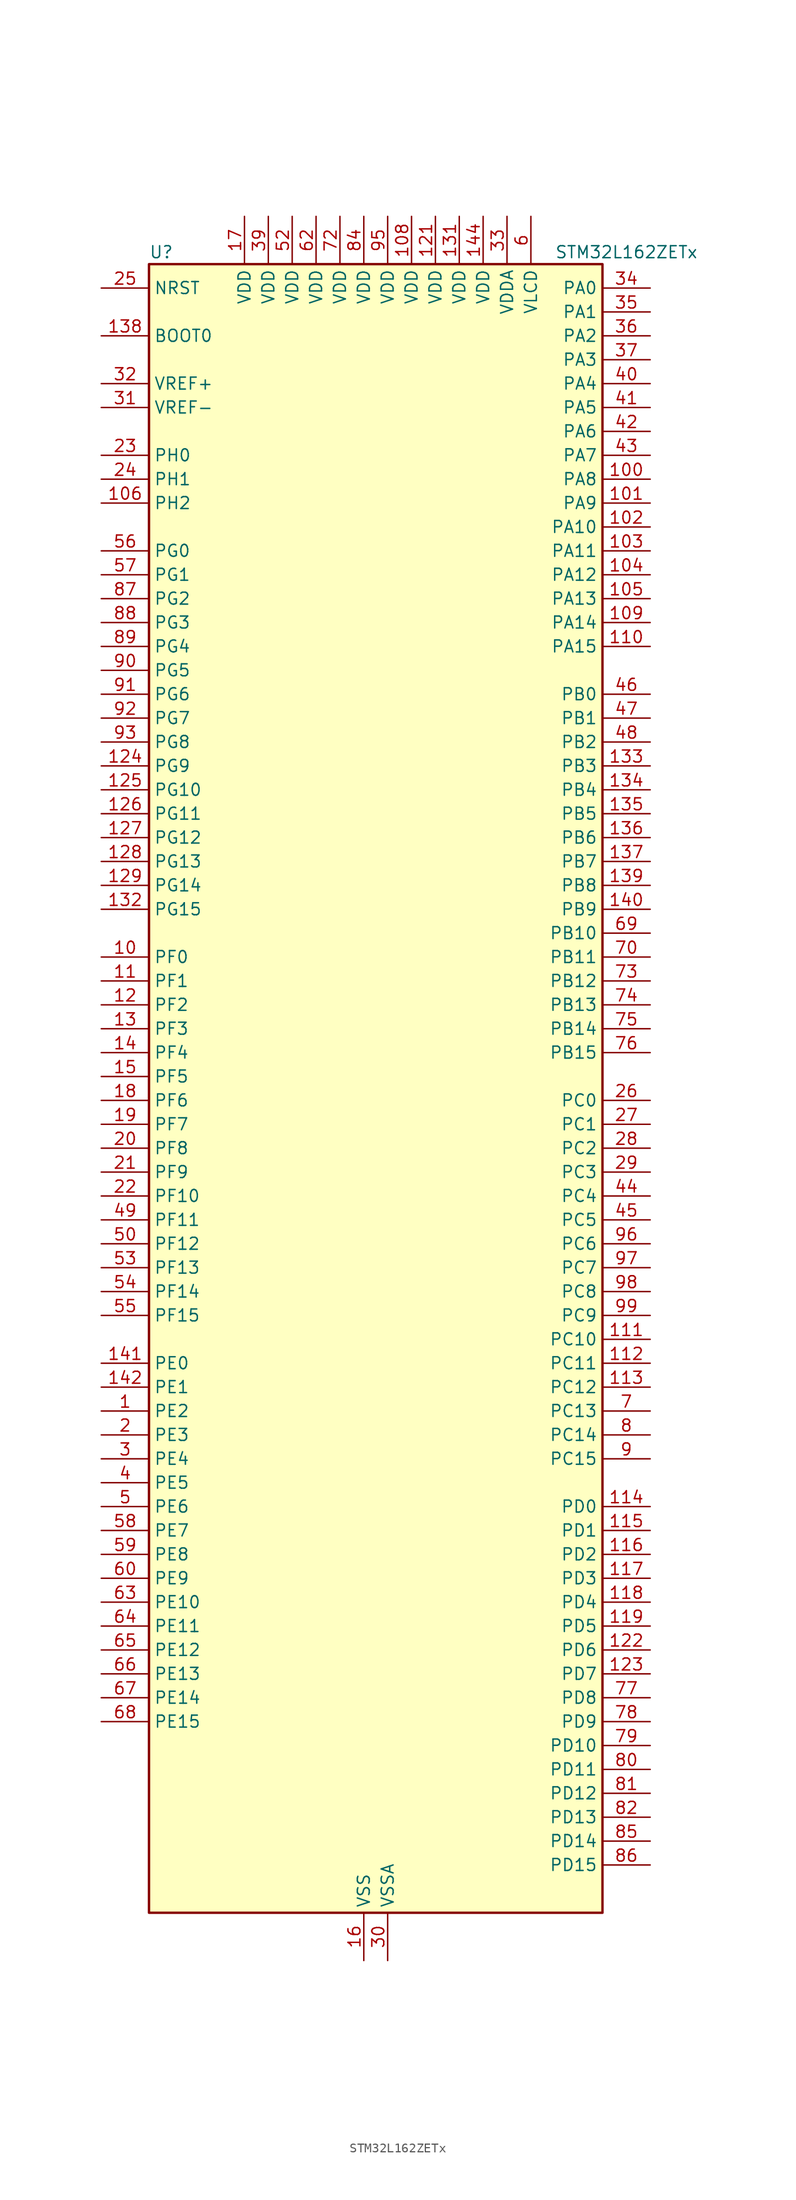
<source format=kicad_sym>
(kicad_symbol_lib
  (version 20231120)
  (generator "kicad-library-utils")
  (generator_version "8.0")
  (symbol "STM32L162ZETx"
    (property "Reference" "U"
      (at -22.86 90.17 0)
      (effects (font (size 1.27 1.27)) (justify left)))
    (property "Value" "STM32L162ZETx"
      (at 20.32 90.17 0)
      (effects (font (size 1.27 1.27)) (justify left)))
    (symbol "STM32L162ZETx_0_1"
      (rectangle (start -22.86 -86.36) (end 25.4 88.9) (stroke (width 0.254) (type default)) (fill (type background))))
    (symbol "STM32L162ZETx_1_1"
      (pin bidirectional line (at -27.94 -33.02 0) (length 5.08) (name "PE2" (effects (font (size 1.27 1.27)))) (number "1" (effects (font (size 1.27 1.27)))) (alternate "LCD_SEG38" bidirectional line) (alternate "SYS_TRACECK" bidirectional line) (alternate "TIM3_ETR" bidirectional line) (alternate "TIMX_IC3" bidirectional line))
      (pin bidirectional line (at -27.94 15.24 0) (length 5.08) (name "PF0" (effects (font (size 1.27 1.27)))) (number "10" (effects (font (size 1.27 1.27)))))
      (pin bidirectional line (at 30.48 66.04 180) (length 5.08) (name "PA8" (effects (font (size 1.27 1.27)))) (number "100" (effects (font (size 1.27 1.27)))) (alternate "LCD_COM0" bidirectional line) (alternate "RCC_MCO" bidirectional line) (alternate "TIMX_IC1" bidirectional line) (alternate "TS_G4_IO1" bidirectional line) (alternate "USART1_CK" bidirectional line))
      (pin bidirectional line (at 30.48 63.5 180) (length 5.08) (name "PA9" (effects (font (size 1.27 1.27)))) (number "101" (effects (font (size 1.27 1.27)))) (alternate "DAC_EXTI9" bidirectional line) (alternate "LCD_COM1" bidirectional line) (alternate "TIMX_IC2" bidirectional line) (alternate "TS_G4_IO2" bidirectional line) (alternate "USART1_TX" bidirectional line))
      (pin bidirectional line (at 30.48 60.96 180) (length 5.08) (name "PA10" (effects (font (size 1.27 1.27)))) (number "102" (effects (font (size 1.27 1.27)))) (alternate "LCD_COM2" bidirectional line) (alternate "TIMX_IC3" bidirectional line) (alternate "TS_G4_IO3" bidirectional line) (alternate "USART1_RX" bidirectional line))
      (pin bidirectional line (at 30.48 58.42 180) (length 5.08) (name "PA11" (effects (font (size 1.27 1.27)))) (number "103" (effects (font (size 1.27 1.27)))) (alternate "ADC_EXTI11" bidirectional line) (alternate "SPI1_MISO" bidirectional line) (alternate "TIMX_IC4" bidirectional line) (alternate "USART1_CTS" bidirectional line) (alternate "USB_DM" bidirectional line))
      (pin bidirectional line (at 30.48 55.88 180) (length 5.08) (name "PA12" (effects (font (size 1.27 1.27)))) (number "104" (effects (font (size 1.27 1.27)))) (alternate "SPI1_MOSI" bidirectional line) (alternate "TIMX_IC1" bidirectional line) (alternate "USART1_RTS" bidirectional line) (alternate "USB_DP" bidirectional line))
      (pin bidirectional line (at 30.48 53.34 180) (length 5.08) (name "PA13" (effects (font (size 1.27 1.27)))) (number "105" (effects (font (size 1.27 1.27)))) (alternate "SYS_JTMS-SWDIO" bidirectional line) (alternate "TIMX_IC2" bidirectional line) (alternate "TS_G5_IO1" bidirectional line))
      (pin bidirectional line (at -27.94 63.5 0) (length 5.08) (name "PH2" (effects (font (size 1.27 1.27)))) (number "106" (effects (font (size 1.27 1.27)))))
      (pin passive line (at 0 -91.44 90) (length 5.08) hide (name "VSS" (effects (font (size 1.27 1.27)))) (number "107" (effects (font (size 1.27 1.27)))))
      (pin power_in line (at 5.08 93.98 270) (length 5.08) (name "VDD" (effects (font (size 1.27 1.27)))) (number "108" (effects (font (size 1.27 1.27)))))
      (pin bidirectional line (at 30.48 50.8 180) (length 5.08) (name "PA14" (effects (font (size 1.27 1.27)))) (number "109" (effects (font (size 1.27 1.27)))) (alternate "SYS_JTCK-SWCLK" bidirectional line) (alternate "TIMX_IC3" bidirectional line) (alternate "TS_G5_IO2" bidirectional line))
      (pin bidirectional line (at -27.94 12.7 0) (length 5.08) (name "PF1" (effects (font (size 1.27 1.27)))) (number "11" (effects (font (size 1.27 1.27)))))
      (pin bidirectional line (at 30.48 48.26 180) (length 5.08) (name "PA15" (effects (font (size 1.27 1.27)))) (number "110" (effects (font (size 1.27 1.27)))) (alternate "ADC_EXTI15" bidirectional line) (alternate "I2S3_WS" bidirectional line) (alternate "LCD_SEG17" bidirectional line) (alternate "SPI1_NSS" bidirectional line) (alternate "SPI3_NSS" bidirectional line) (alternate "SYS_JTDI" bidirectional line) (alternate "TIM2_CH1" bidirectional line) (alternate "TIM2_ETR" bidirectional line) (alternate "TIMX_IC4" bidirectional line) (alternate "TS_G5_IO3" bidirectional line))
      (pin bidirectional line (at 30.48 -25.4 180) (length 5.08) (name "PC10" (effects (font (size 1.27 1.27)))) (number "111" (effects (font (size 1.27 1.27)))) (alternate "I2S3_CK" bidirectional line) (alternate "LCD_COM4" bidirectional line) (alternate "LCD_SEG28" bidirectional line) (alternate "LCD_SEG40" bidirectional line) (alternate "SPI3_SCK" bidirectional line) (alternate "TIMX_IC3" bidirectional line) (alternate "UART4_TX" bidirectional line) (alternate "USART3_TX" bidirectional line))
      (pin bidirectional line (at 30.48 -27.94 180) (length 5.08) (name "PC11" (effects (font (size 1.27 1.27)))) (number "112" (effects (font (size 1.27 1.27)))) (alternate "ADC_EXTI11" bidirectional line) (alternate "LCD_COM5" bidirectional line) (alternate "LCD_SEG29" bidirectional line) (alternate "LCD_SEG41" bidirectional line) (alternate "SPI3_MISO" bidirectional line) (alternate "TIMX_IC4" bidirectional line) (alternate "UART4_RX" bidirectional line) (alternate "USART3_RX" bidirectional line))
      (pin bidirectional line (at 30.48 -30.48 180) (length 5.08) (name "PC12" (effects (font (size 1.27 1.27)))) (number "113" (effects (font (size 1.27 1.27)))) (alternate "I2S3_SD" bidirectional line) (alternate "LCD_COM6" bidirectional line) (alternate "LCD_SEG30" bidirectional line) (alternate "LCD_SEG42" bidirectional line) (alternate "SPI3_MOSI" bidirectional line) (alternate "TIMX_IC1" bidirectional line) (alternate "UART5_TX" bidirectional line) (alternate "USART3_CK" bidirectional line))
      (pin bidirectional line (at 30.48 -43.18 180) (length 5.08) (name "PD0" (effects (font (size 1.27 1.27)))) (number "114" (effects (font (size 1.27 1.27)))) (alternate "I2S2_WS" bidirectional line) (alternate "SPI2_NSS" bidirectional line) (alternate "TIM9_CH1" bidirectional line) (alternate "TIMX_IC1" bidirectional line))
      (pin bidirectional line (at 30.48 -45.72 180) (length 5.08) (name "PD1" (effects (font (size 1.27 1.27)))) (number "115" (effects (font (size 1.27 1.27)))) (alternate "I2S2_CK" bidirectional line) (alternate "SPI2_SCK" bidirectional line) (alternate "TIMX_IC2" bidirectional line))
      (pin bidirectional line (at 30.48 -48.26 180) (length 5.08) (name "PD2" (effects (font (size 1.27 1.27)))) (number "116" (effects (font (size 1.27 1.27)))) (alternate "LCD_COM7" bidirectional line) (alternate "LCD_SEG31" bidirectional line) (alternate "LCD_SEG43" bidirectional line) (alternate "TIM3_ETR" bidirectional line) (alternate "TIMX_IC3" bidirectional line) (alternate "UART5_RX" bidirectional line))
      (pin bidirectional line (at 30.48 -50.8 180) (length 5.08) (name "PD3" (effects (font (size 1.27 1.27)))) (number "117" (effects (font (size 1.27 1.27)))) (alternate "SPI2_MISO" bidirectional line) (alternate "TIMX_IC4" bidirectional line) (alternate "USART2_CTS" bidirectional line))
      (pin bidirectional line (at 30.48 -53.34 180) (length 5.08) (name "PD4" (effects (font (size 1.27 1.27)))) (number "118" (effects (font (size 1.27 1.27)))) (alternate "I2S2_SD" bidirectional line) (alternate "SPI2_MOSI" bidirectional line) (alternate "TIMX_IC1" bidirectional line) (alternate "USART2_RTS" bidirectional line))
      (pin bidirectional line (at 30.48 -55.88 180) (length 5.08) (name "PD5" (effects (font (size 1.27 1.27)))) (number "119" (effects (font (size 1.27 1.27)))) (alternate "TIMX_IC2" bidirectional line) (alternate "USART2_TX" bidirectional line))
      (pin bidirectional line (at -27.94 10.16 0) (length 5.08) (name "PF2" (effects (font (size 1.27 1.27)))) (number "12" (effects (font (size 1.27 1.27)))))
      (pin passive line (at 0 -91.44 90) (length 5.08) hide (name "VSS" (effects (font (size 1.27 1.27)))) (number "120" (effects (font (size 1.27 1.27)))))
      (pin power_in line (at 7.62 93.98 270) (length 5.08) (name "VDD" (effects (font (size 1.27 1.27)))) (number "121" (effects (font (size 1.27 1.27)))))
      (pin bidirectional line (at 30.48 -58.42 180) (length 5.08) (name "PD6" (effects (font (size 1.27 1.27)))) (number "122" (effects (font (size 1.27 1.27)))) (alternate "TIMX_IC3" bidirectional line) (alternate "USART2_RX" bidirectional line))
      (pin bidirectional line (at 30.48 -60.96 180) (length 5.08) (name "PD7" (effects (font (size 1.27 1.27)))) (number "123" (effects (font (size 1.27 1.27)))) (alternate "TIM9_CH2" bidirectional line) (alternate "TIMX_IC4" bidirectional line) (alternate "USART2_CK" bidirectional line))
      (pin bidirectional line (at -27.94 35.56 0) (length 5.08) (name "PG9" (effects (font (size 1.27 1.27)))) (number "124" (effects (font (size 1.27 1.27)))) (alternate "DAC_EXTI9" bidirectional line))
      (pin bidirectional line (at -27.94 33.02 0) (length 5.08) (name "PG10" (effects (font (size 1.27 1.27)))) (number "125" (effects (font (size 1.27 1.27)))))
      (pin bidirectional line (at -27.94 30.48 0) (length 5.08) (name "PG11" (effects (font (size 1.27 1.27)))) (number "126" (effects (font (size 1.27 1.27)))) (alternate "ADC_EXTI11" bidirectional line))
      (pin bidirectional line (at -27.94 27.94 0) (length 5.08) (name "PG12" (effects (font (size 1.27 1.27)))) (number "127" (effects (font (size 1.27 1.27)))))
      (pin bidirectional line (at -27.94 25.4 0) (length 5.08) (name "PG13" (effects (font (size 1.27 1.27)))) (number "128" (effects (font (size 1.27 1.27)))))
      (pin bidirectional line (at -27.94 22.86 0) (length 5.08) (name "PG14" (effects (font (size 1.27 1.27)))) (number "129" (effects (font (size 1.27 1.27)))))
      (pin bidirectional line (at -27.94 7.62 0) (length 5.08) (name "PF3" (effects (font (size 1.27 1.27)))) (number "13" (effects (font (size 1.27 1.27)))))
      (pin passive line (at 0 -91.44 90) (length 5.08) hide (name "VSS" (effects (font (size 1.27 1.27)))) (number "130" (effects (font (size 1.27 1.27)))))
      (pin power_in line (at 10.16 93.98 270) (length 5.08) (name "VDD" (effects (font (size 1.27 1.27)))) (number "131" (effects (font (size 1.27 1.27)))))
      (pin bidirectional line (at -27.94 20.32 0) (length 5.08) (name "PG15" (effects (font (size 1.27 1.27)))) (number "132" (effects (font (size 1.27 1.27)))) (alternate "ADC_EXTI15" bidirectional line))
      (pin bidirectional line (at 30.48 35.56 180) (length 5.08) (name "PB3" (effects (font (size 1.27 1.27)))) (number "133" (effects (font (size 1.27 1.27)))) (alternate "COMP2_INM" bidirectional line) (alternate "I2S3_CK" bidirectional line) (alternate "LCD_SEG7" bidirectional line) (alternate "SPI1_SCK" bidirectional line) (alternate "SPI3_SCK" bidirectional line) (alternate "SYS_JTDO-TRACESWO" bidirectional line) (alternate "TIM2_CH2" bidirectional line))
      (pin bidirectional line (at 30.48 33.02 180) (length 5.08) (name "PB4" (effects (font (size 1.27 1.27)))) (number "134" (effects (font (size 1.27 1.27)))) (alternate "COMP2_INP" bidirectional line) (alternate "LCD_SEG8" bidirectional line) (alternate "SPI1_MISO" bidirectional line) (alternate "SPI3_MISO" bidirectional line) (alternate "SYS_JTRST" bidirectional line) (alternate "TIM3_CH1" bidirectional line) (alternate "TS_G6_IO1" bidirectional line))
      (pin bidirectional line (at 30.48 30.48 180) (length 5.08) (name "PB5" (effects (font (size 1.27 1.27)))) (number "135" (effects (font (size 1.27 1.27)))) (alternate "COMP2_INP" bidirectional line) (alternate "I2C1_SMBA" bidirectional line) (alternate "I2S3_SD" bidirectional line) (alternate "LCD_SEG9" bidirectional line) (alternate "SPI1_MOSI" bidirectional line) (alternate "SPI3_MOSI" bidirectional line) (alternate "TIM3_CH2" bidirectional line) (alternate "TS_G6_IO2" bidirectional line))
      (pin bidirectional line (at 30.48 27.94 180) (length 5.08) (name "PB6" (effects (font (size 1.27 1.27)))) (number "136" (effects (font (size 1.27 1.27)))) (alternate "COMP2_INP" bidirectional line) (alternate "I2C1_SCL" bidirectional line) (alternate "TIM4_CH1" bidirectional line) (alternate "TS_G6_IO3" bidirectional line) (alternate "USART1_TX" bidirectional line))
      (pin bidirectional line (at 30.48 25.4 180) (length 5.08) (name "PB7" (effects (font (size 1.27 1.27)))) (number "137" (effects (font (size 1.27 1.27)))) (alternate "COMP2_INP" bidirectional line) (alternate "I2C1_SDA" bidirectional line) (alternate "SYS_PVD_IN" bidirectional line) (alternate "TIM4_CH2" bidirectional line) (alternate "TS_G6_IO4" bidirectional line) (alternate "USART1_RX" bidirectional line))
      (pin input line (at -27.94 81.28 0) (length 5.08) (name "BOOT0" (effects (font (size 1.27 1.27)))) (number "138" (effects (font (size 1.27 1.27)))))
      (pin bidirectional line (at 30.48 22.86 180) (length 5.08) (name "PB8" (effects (font (size 1.27 1.27)))) (number "139" (effects (font (size 1.27 1.27)))) (alternate "I2C1_SCL" bidirectional line) (alternate "LCD_SEG16" bidirectional line) (alternate "TIM10_CH1" bidirectional line) (alternate "TIM4_CH3" bidirectional line))
      (pin bidirectional line (at -27.94 5.08 0) (length 5.08) (name "PF4" (effects (font (size 1.27 1.27)))) (number "14" (effects (font (size 1.27 1.27)))))
      (pin bidirectional line (at 30.48 20.32 180) (length 5.08) (name "PB9" (effects (font (size 1.27 1.27)))) (number "140" (effects (font (size 1.27 1.27)))) (alternate "DAC_EXTI9" bidirectional line) (alternate "I2C1_SDA" bidirectional line) (alternate "LCD_COM3" bidirectional line) (alternate "TIM11_CH1" bidirectional line) (alternate "TIM4_CH4" bidirectional line))
      (pin bidirectional line (at -27.94 -27.94 0) (length 5.08) (name "PE0" (effects (font (size 1.27 1.27)))) (number "141" (effects (font (size 1.27 1.27)))) (alternate "LCD_SEG36" bidirectional line) (alternate "TIM10_CH1" bidirectional line) (alternate "TIM4_ETR" bidirectional line) (alternate "TIMX_IC1" bidirectional line))
      (pin bidirectional line (at -27.94 -30.48 0) (length 5.08) (name "PE1" (effects (font (size 1.27 1.27)))) (number "142" (effects (font (size 1.27 1.27)))) (alternate "LCD_SEG37" bidirectional line) (alternate "TIM11_CH1" bidirectional line) (alternate "TIMX_IC2" bidirectional line))
      (pin passive line (at 0 -91.44 90) (length 5.08) hide (name "VSS" (effects (font (size 1.27 1.27)))) (number "143" (effects (font (size 1.27 1.27)))))
      (pin power_in line (at 12.7 93.98 270) (length 5.08) (name "VDD" (effects (font (size 1.27 1.27)))) (number "144" (effects (font (size 1.27 1.27)))))
      (pin bidirectional line (at -27.94 2.54 0) (length 5.08) (name "PF5" (effects (font (size 1.27 1.27)))) (number "15" (effects (font (size 1.27 1.27)))))
      (pin power_in line (at 0 -91.44 90) (length 5.08) (name "VSS" (effects (font (size 1.27 1.27)))) (number "16" (effects (font (size 1.27 1.27)))))
      (pin power_in line (at -12.7 93.98 270) (length 5.08) (name "VDD" (effects (font (size 1.27 1.27)))) (number "17" (effects (font (size 1.27 1.27)))))
      (pin bidirectional line (at -27.94 0 0) (length 5.08) (name "PF6" (effects (font (size 1.27 1.27)))) (number "18" (effects (font (size 1.27 1.27)))) (alternate "ADC_IN27" bidirectional line) (alternate "TIM5_CH1" bidirectional line) (alternate "TIM5_ETR" bidirectional line) (alternate "TS_G11_IO1" bidirectional line))
      (pin bidirectional line (at -27.94 -2.54 0) (length 5.08) (name "PF7" (effects (font (size 1.27 1.27)))) (number "19" (effects (font (size 1.27 1.27)))) (alternate "ADC_IN28" bidirectional line) (alternate "COMP1_INP" bidirectional line) (alternate "TIM5_CH2" bidirectional line) (alternate "TS_G11_IO2" bidirectional line))
      (pin bidirectional line (at -27.94 -35.56 0) (length 5.08) (name "PE3" (effects (font (size 1.27 1.27)))) (number "2" (effects (font (size 1.27 1.27)))) (alternate "LCD_SEG39" bidirectional line) (alternate "SYS_TRACED0" bidirectional line) (alternate "TIM3_CH1" bidirectional line) (alternate "TIMX_IC4" bidirectional line))
      (pin bidirectional line (at -27.94 -5.08 0) (length 5.08) (name "PF8" (effects (font (size 1.27 1.27)))) (number "20" (effects (font (size 1.27 1.27)))) (alternate "ADC_IN29" bidirectional line) (alternate "COMP1_INP" bidirectional line) (alternate "TIM5_CH3" bidirectional line) (alternate "TS_G11_IO3" bidirectional line))
      (pin bidirectional line (at -27.94 -7.62 0) (length 5.08) (name "PF9" (effects (font (size 1.27 1.27)))) (number "21" (effects (font (size 1.27 1.27)))) (alternate "ADC_IN30" bidirectional line) (alternate "COMP1_INP" bidirectional line) (alternate "DAC_EXTI9" bidirectional line) (alternate "TIM5_CH4" bidirectional line) (alternate "TS_G11_IO4" bidirectional line))
      (pin bidirectional line (at -27.94 -10.16 0) (length 5.08) (name "PF10" (effects (font (size 1.27 1.27)))) (number "22" (effects (font (size 1.27 1.27)))) (alternate "ADC_IN31" bidirectional line) (alternate "COMP1_INP" bidirectional line) (alternate "TS_G11_IO5" bidirectional line))
      (pin bidirectional line (at -27.94 68.58 0) (length 5.08) (name "PH0" (effects (font (size 1.27 1.27)))) (number "23" (effects (font (size 1.27 1.27)))) (alternate "RCC_OSC_IN" bidirectional line))
      (pin bidirectional line (at -27.94 66.04 0) (length 5.08) (name "PH1" (effects (font (size 1.27 1.27)))) (number "24" (effects (font (size 1.27 1.27)))) (alternate "RCC_OSC_OUT" bidirectional line))
      (pin input line (at -27.94 86.36 0) (length 5.08) (name "NRST" (effects (font (size 1.27 1.27)))) (number "25" (effects (font (size 1.27 1.27)))))
      (pin bidirectional line (at 30.48 0 180) (length 5.08) (name "PC0" (effects (font (size 1.27 1.27)))) (number "26" (effects (font (size 1.27 1.27)))) (alternate "ADC_IN10" bidirectional line) (alternate "COMP1_INP" bidirectional line) (alternate "LCD_SEG18" bidirectional line) (alternate "TIMX_IC1" bidirectional line) (alternate "TS_G8_IO1" bidirectional line))
      (pin bidirectional line (at 30.48 -2.54 180) (length 5.08) (name "PC1" (effects (font (size 1.27 1.27)))) (number "27" (effects (font (size 1.27 1.27)))) (alternate "ADC_IN11" bidirectional line) (alternate "COMP1_INP" bidirectional line) (alternate "LCD_SEG19" bidirectional line) (alternate "TIMX_IC2" bidirectional line) (alternate "TS_G8_IO2" bidirectional line))
      (pin bidirectional line (at 30.48 -5.08 180) (length 5.08) (name "PC2" (effects (font (size 1.27 1.27)))) (number "28" (effects (font (size 1.27 1.27)))) (alternate "ADC_IN12" bidirectional line) (alternate "COMP1_INP" bidirectional line) (alternate "LCD_SEG20" bidirectional line) (alternate "TIMX_IC3" bidirectional line) (alternate "TS_G8_IO3" bidirectional line))
      (pin bidirectional line (at 30.48 -7.62 180) (length 5.08) (name "PC3" (effects (font (size 1.27 1.27)))) (number "29" (effects (font (size 1.27 1.27)))) (alternate "ADC_IN13" bidirectional line) (alternate "COMP1_INP" bidirectional line) (alternate "LCD_SEG21" bidirectional line) (alternate "TIMX_IC4" bidirectional line) (alternate "TS_G8_IO4" bidirectional line))
      (pin bidirectional line (at -27.94 -38.1 0) (length 5.08) (name "PE4" (effects (font (size 1.27 1.27)))) (number "3" (effects (font (size 1.27 1.27)))) (alternate "SYS_TRACED1" bidirectional line) (alternate "TIM3_CH2" bidirectional line) (alternate "TIMX_IC1" bidirectional line))
      (pin power_in line (at 2.54 -91.44 90) (length 5.08) (name "VSSA" (effects (font (size 1.27 1.27)))) (number "30" (effects (font (size 1.27 1.27)))))
      (pin input line (at -27.94 73.66 0) (length 5.08) (name "VREF-" (effects (font (size 1.27 1.27)))) (number "31" (effects (font (size 1.27 1.27)))))
      (pin input line (at -27.94 76.2 0) (length 5.08) (name "VREF+" (effects (font (size 1.27 1.27)))) (number "32" (effects (font (size 1.27 1.27)))))
      (pin power_in line (at 15.24 93.98 270) (length 5.08) (name "VDDA" (effects (font (size 1.27 1.27)))) (number "33" (effects (font (size 1.27 1.27)))))
      (pin bidirectional line (at 30.48 86.36 180) (length 5.08) (name "PA0" (effects (font (size 1.27 1.27)))) (number "34" (effects (font (size 1.27 1.27)))) (alternate "ADC_IN0" bidirectional line) (alternate "COMP1_INP" bidirectional line) (alternate "RTC_TAMP2" bidirectional line) (alternate "SYS_WKUP1" bidirectional line) (alternate "TIM2_CH1" bidirectional line) (alternate "TIM2_ETR" bidirectional line) (alternate "TIM5_CH1" bidirectional line) (alternate "TIMX_IC1" bidirectional line) (alternate "TS_G1_IO1" bidirectional line) (alternate "USART2_CTS" bidirectional line))
      (pin bidirectional line (at 30.48 83.82 180) (length 5.08) (name "PA1" (effects (font (size 1.27 1.27)))) (number "35" (effects (font (size 1.27 1.27)))) (alternate "ADC_IN1" bidirectional line) (alternate "COMP1_INP" bidirectional line) (alternate "LCD_SEG0" bidirectional line) (alternate "OPAMP1_VINP" bidirectional line) (alternate "TIM2_CH2" bidirectional line) (alternate "TIM5_CH2" bidirectional line) (alternate "TIMX_IC2" bidirectional line) (alternate "TS_G1_IO2" bidirectional line) (alternate "USART2_RTS" bidirectional line))
      (pin bidirectional line (at 30.48 81.28 180) (length 5.08) (name "PA2" (effects (font (size 1.27 1.27)))) (number "36" (effects (font (size 1.27 1.27)))) (alternate "ADC_IN2" bidirectional line) (alternate "COMP1_INP" bidirectional line) (alternate "LCD_SEG1" bidirectional line) (alternate "OPAMP1_VINM" bidirectional line) (alternate "TIM2_CH3" bidirectional line) (alternate "TIM5_CH3" bidirectional line) (alternate "TIM9_CH1" bidirectional line) (alternate "TIMX_IC3" bidirectional line) (alternate "TS_G1_IO3" bidirectional line) (alternate "USART2_TX" bidirectional line))
      (pin bidirectional line (at 30.48 78.74 180) (length 5.08) (name "PA3" (effects (font (size 1.27 1.27)))) (number "37" (effects (font (size 1.27 1.27)))) (alternate "ADC_IN3" bidirectional line) (alternate "COMP1_INP" bidirectional line) (alternate "LCD_SEG2" bidirectional line) (alternate "OPAMP1_VOUT" bidirectional line) (alternate "TIM2_CH4" bidirectional line) (alternate "TIM5_CH4" bidirectional line) (alternate "TIM9_CH2" bidirectional line) (alternate "TIMX_IC4" bidirectional line) (alternate "TS_G1_IO4" bidirectional line) (alternate "USART2_RX" bidirectional line))
      (pin passive line (at 0 -91.44 90) (length 5.08) hide (name "VSS" (effects (font (size 1.27 1.27)))) (number "38" (effects (font (size 1.27 1.27)))))
      (pin power_in line (at -10.16 93.98 270) (length 5.08) (name "VDD" (effects (font (size 1.27 1.27)))) (number "39" (effects (font (size 1.27 1.27)))))
      (pin bidirectional line (at -27.94 -40.64 0) (length 5.08) (name "PE5" (effects (font (size 1.27 1.27)))) (number "4" (effects (font (size 1.27 1.27)))) (alternate "SYS_TRACED2" bidirectional line) (alternate "TIM9_CH1" bidirectional line) (alternate "TIMX_IC2" bidirectional line))
      (pin bidirectional line (at 30.48 76.2 180) (length 5.08) (name "PA4" (effects (font (size 1.27 1.27)))) (number "40" (effects (font (size 1.27 1.27)))) (alternate "ADC_IN4" bidirectional line) (alternate "COMP1_INP" bidirectional line) (alternate "DAC_OUT1" bidirectional line) (alternate "I2S3_WS" bidirectional line) (alternate "SPI1_NSS" bidirectional line) (alternate "SPI3_NSS" bidirectional line) (alternate "TIMX_IC1" bidirectional line) (alternate "USART2_CK" bidirectional line))
      (pin bidirectional line (at 30.48 73.66 180) (length 5.08) (name "PA5" (effects (font (size 1.27 1.27)))) (number "41" (effects (font (size 1.27 1.27)))) (alternate "ADC_IN5" bidirectional line) (alternate "COMP1_INP" bidirectional line) (alternate "DAC_OUT2" bidirectional line) (alternate "SPI1_SCK" bidirectional line) (alternate "TIM2_CH1" bidirectional line) (alternate "TIM2_ETR" bidirectional line) (alternate "TIMX_IC2" bidirectional line))
      (pin bidirectional line (at 30.48 71.12 180) (length 5.08) (name "PA6" (effects (font (size 1.27 1.27)))) (number "42" (effects (font (size 1.27 1.27)))) (alternate "ADC_IN6" bidirectional line) (alternate "COMP1_INP" bidirectional line) (alternate "LCD_SEG3" bidirectional line) (alternate "OPAMP2_VINP" bidirectional line) (alternate "SPI1_MISO" bidirectional line) (alternate "TIM10_CH1" bidirectional line) (alternate "TIM3_CH1" bidirectional line) (alternate "TIMX_IC3" bidirectional line) (alternate "TS_G2_IO1" bidirectional line))
      (pin bidirectional line (at 30.48 68.58 180) (length 5.08) (name "PA7" (effects (font (size 1.27 1.27)))) (number "43" (effects (font (size 1.27 1.27)))) (alternate "ADC_IN7" bidirectional line) (alternate "COMP1_INP" bidirectional line) (alternate "LCD_SEG4" bidirectional line) (alternate "OPAMP2_VINM" bidirectional line) (alternate "SPI1_MOSI" bidirectional line) (alternate "TIM11_CH1" bidirectional line) (alternate "TIM3_CH2" bidirectional line) (alternate "TIMX_IC4" bidirectional line) (alternate "TS_G2_IO2" bidirectional line))
      (pin bidirectional line (at 30.48 -10.16 180) (length 5.08) (name "PC4" (effects (font (size 1.27 1.27)))) (number "44" (effects (font (size 1.27 1.27)))) (alternate "ADC_IN14" bidirectional line) (alternate "COMP1_INP" bidirectional line) (alternate "LCD_SEG22" bidirectional line) (alternate "TIMX_IC1" bidirectional line) (alternate "TS_G9_IO1" bidirectional line))
      (pin bidirectional line (at 30.48 -12.7 180) (length 5.08) (name "PC5" (effects (font (size 1.27 1.27)))) (number "45" (effects (font (size 1.27 1.27)))) (alternate "ADC_IN15" bidirectional line) (alternate "COMP1_INP" bidirectional line) (alternate "LCD_SEG23" bidirectional line) (alternate "TIMX_IC2" bidirectional line) (alternate "TS_G9_IO2" bidirectional line))
      (pin bidirectional line (at 30.48 43.18 180) (length 5.08) (name "PB0" (effects (font (size 1.27 1.27)))) (number "46" (effects (font (size 1.27 1.27)))) (alternate "ADC_IN8" bidirectional line) (alternate "COMP1_INP" bidirectional line) (alternate "LCD_SEG5" bidirectional line) (alternate "OPAMP2_VOUT" bidirectional line) (alternate "SYS_V_REF_OUT" bidirectional line) (alternate "TIM3_CH3" bidirectional line) (alternate "TS_G3_IO1" bidirectional line))
      (pin bidirectional line (at 30.48 40.64 180) (length 5.08) (name "PB1" (effects (font (size 1.27 1.27)))) (number "47" (effects (font (size 1.27 1.27)))) (alternate "ADC_IN9" bidirectional line) (alternate "COMP1_INP" bidirectional line) (alternate "LCD_SEG6" bidirectional line) (alternate "SYS_V_REF_OUT" bidirectional line) (alternate "TIM3_CH4" bidirectional line) (alternate "TS_G3_IO2" bidirectional line))
      (pin bidirectional line (at 30.48 38.1 180) (length 5.08) (name "PB2" (effects (font (size 1.27 1.27)))) (number "48" (effects (font (size 1.27 1.27)))) (alternate "ADC_IN0b" bidirectional line) (alternate "TS_G3_IO3" bidirectional line))
      (pin bidirectional line (at -27.94 -12.7 0) (length 5.08) (name "PF11" (effects (font (size 1.27 1.27)))) (number "49" (effects (font (size 1.27 1.27)))) (alternate "ADC_EXTI11" bidirectional line) (alternate "ADC_IN1b" bidirectional line) (alternate "TS_G3_IO4" bidirectional line))
      (pin bidirectional line (at -27.94 -43.18 0) (length 5.08) (name "PE6" (effects (font (size 1.27 1.27)))) (number "5" (effects (font (size 1.27 1.27)))) (alternate "RTC_TAMP3" bidirectional line) (alternate "SYS_TRACED3" bidirectional line) (alternate "SYS_WKUP3" bidirectional line) (alternate "TIM9_CH2" bidirectional line) (alternate "TIMX_IC3" bidirectional line))
      (pin bidirectional line (at -27.94 -15.24 0) (length 5.08) (name "PF12" (effects (font (size 1.27 1.27)))) (number "50" (effects (font (size 1.27 1.27)))) (alternate "ADC_IN2b" bidirectional line) (alternate "TS_G3_IO5" bidirectional line))
      (pin passive line (at 0 -91.44 90) (length 5.08) hide (name "VSS" (effects (font (size 1.27 1.27)))) (number "51" (effects (font (size 1.27 1.27)))))
      (pin power_in line (at -7.62 93.98 270) (length 5.08) (name "VDD" (effects (font (size 1.27 1.27)))) (number "52" (effects (font (size 1.27 1.27)))))
      (pin bidirectional line (at -27.94 -17.78 0) (length 5.08) (name "PF13" (effects (font (size 1.27 1.27)))) (number "53" (effects (font (size 1.27 1.27)))) (alternate "ADC_IN3b" bidirectional line) (alternate "TS_G9_IO3" bidirectional line))
      (pin bidirectional line (at -27.94 -20.32 0) (length 5.08) (name "PF14" (effects (font (size 1.27 1.27)))) (number "54" (effects (font (size 1.27 1.27)))) (alternate "ADC_IN6b" bidirectional line) (alternate "TS_G9_IO4" bidirectional line))
      (pin bidirectional line (at -27.94 -22.86 0) (length 5.08) (name "PF15" (effects (font (size 1.27 1.27)))) (number "55" (effects (font (size 1.27 1.27)))) (alternate "ADC_EXTI15" bidirectional line) (alternate "ADC_IN7b" bidirectional line) (alternate "TS_G2_IO3" bidirectional line))
      (pin bidirectional line (at -27.94 58.42 0) (length 5.08) (name "PG0" (effects (font (size 1.27 1.27)))) (number "56" (effects (font (size 1.27 1.27)))) (alternate "ADC_IN8b" bidirectional line) (alternate "TS_G2_IO4" bidirectional line))
      (pin bidirectional line (at -27.94 55.88 0) (length 5.08) (name "PG1" (effects (font (size 1.27 1.27)))) (number "57" (effects (font (size 1.27 1.27)))) (alternate "ADC_IN9b" bidirectional line) (alternate "TS_G2_IO5" bidirectional line))
      (pin bidirectional line (at -27.94 -45.72 0) (length 5.08) (name "PE7" (effects (font (size 1.27 1.27)))) (number "58" (effects (font (size 1.27 1.27)))) (alternate "ADC_IN22" bidirectional line) (alternate "COMP1_INP" bidirectional line) (alternate "TIMX_IC4" bidirectional line))
      (pin bidirectional line (at -27.94 -48.26 0) (length 5.08) (name "PE8" (effects (font (size 1.27 1.27)))) (number "59" (effects (font (size 1.27 1.27)))) (alternate "ADC_IN23" bidirectional line) (alternate "COMP1_INP" bidirectional line) (alternate "TIMX_IC1" bidirectional line))
      (pin power_in line (at 17.78 93.98 270) (length 5.08) (name "VLCD" (effects (font (size 1.27 1.27)))) (number "6" (effects (font (size 1.27 1.27)))))
      (pin bidirectional line (at -27.94 -50.8 0) (length 5.08) (name "PE9" (effects (font (size 1.27 1.27)))) (number "60" (effects (font (size 1.27 1.27)))) (alternate "ADC_IN24" bidirectional line) (alternate "COMP1_INP" bidirectional line) (alternate "DAC_EXTI9" bidirectional line) (alternate "TIM2_CH1" bidirectional line) (alternate "TIM2_ETR" bidirectional line) (alternate "TIMX_IC2" bidirectional line))
      (pin passive line (at 0 -91.44 90) (length 5.08) hide (name "VSS" (effects (font (size 1.27 1.27)))) (number "61" (effects (font (size 1.27 1.27)))))
      (pin power_in line (at -5.08 93.98 270) (length 5.08) (name "VDD" (effects (font (size 1.27 1.27)))) (number "62" (effects (font (size 1.27 1.27)))))
      (pin bidirectional line (at -27.94 -53.34 0) (length 5.08) (name "PE10" (effects (font (size 1.27 1.27)))) (number "63" (effects (font (size 1.27 1.27)))) (alternate "ADC_IN25" bidirectional line) (alternate "COMP1_INP" bidirectional line) (alternate "TIM2_CH2" bidirectional line) (alternate "TIMX_IC3" bidirectional line))
      (pin bidirectional line (at -27.94 -55.88 0) (length 5.08) (name "PE11" (effects (font (size 1.27 1.27)))) (number "64" (effects (font (size 1.27 1.27)))) (alternate "ADC_EXTI11" bidirectional line) (alternate "TIM2_CH3" bidirectional line) (alternate "TIMX_IC4" bidirectional line))
      (pin bidirectional line (at -27.94 -58.42 0) (length 5.08) (name "PE12" (effects (font (size 1.27 1.27)))) (number "65" (effects (font (size 1.27 1.27)))) (alternate "SPI1_NSS" bidirectional line) (alternate "TIM2_CH4" bidirectional line) (alternate "TIMX_IC1" bidirectional line))
      (pin bidirectional line (at -27.94 -60.96 0) (length 5.08) (name "PE13" (effects (font (size 1.27 1.27)))) (number "66" (effects (font (size 1.27 1.27)))) (alternate "SPI1_SCK" bidirectional line) (alternate "TIMX_IC2" bidirectional line))
      (pin bidirectional line (at -27.94 -63.5 0) (length 5.08) (name "PE14" (effects (font (size 1.27 1.27)))) (number "67" (effects (font (size 1.27 1.27)))) (alternate "SPI1_MISO" bidirectional line) (alternate "TIMX_IC3" bidirectional line))
      (pin bidirectional line (at -27.94 -66.04 0) (length 5.08) (name "PE15" (effects (font (size 1.27 1.27)))) (number "68" (effects (font (size 1.27 1.27)))) (alternate "ADC_EXTI15" bidirectional line) (alternate "SPI1_MOSI" bidirectional line) (alternate "TIMX_IC4" bidirectional line))
      (pin bidirectional line (at 30.48 17.78 180) (length 5.08) (name "PB10" (effects (font (size 1.27 1.27)))) (number "69" (effects (font (size 1.27 1.27)))) (alternate "I2C2_SCL" bidirectional line) (alternate "LCD_SEG10" bidirectional line) (alternate "TIM2_CH3" bidirectional line) (alternate "USART3_TX" bidirectional line))
      (pin bidirectional line (at 30.48 -33.02 180) (length 5.08) (name "PC13" (effects (font (size 1.27 1.27)))) (number "7" (effects (font (size 1.27 1.27)))) (alternate "RTC_OUT_ALARM" bidirectional line) (alternate "RTC_OUT_CALIB" bidirectional line) (alternate "RTC_TAMP1" bidirectional line) (alternate "RTC_TS" bidirectional line) (alternate "SYS_WKUP2" bidirectional line) (alternate "TIMX_IC2" bidirectional line))
      (pin bidirectional line (at 30.48 15.24 180) (length 5.08) (name "PB11" (effects (font (size 1.27 1.27)))) (number "70" (effects (font (size 1.27 1.27)))) (alternate "ADC_EXTI11" bidirectional line) (alternate "I2C2_SDA" bidirectional line) (alternate "LCD_SEG11" bidirectional line) (alternate "TIM2_CH4" bidirectional line) (alternate "USART3_RX" bidirectional line))
      (pin passive line (at 0 -91.44 90) (length 5.08) hide (name "VSS" (effects (font (size 1.27 1.27)))) (number "71" (effects (font (size 1.27 1.27)))))
      (pin power_in line (at -2.54 93.98 270) (length 5.08) (name "VDD" (effects (font (size 1.27 1.27)))) (number "72" (effects (font (size 1.27 1.27)))))
      (pin bidirectional line (at 30.48 12.7 180) (length 5.08) (name "PB12" (effects (font (size 1.27 1.27)))) (number "73" (effects (font (size 1.27 1.27)))) (alternate "ADC_IN18" bidirectional line) (alternate "COMP1_INP" bidirectional line) (alternate "I2C2_SMBA" bidirectional line) (alternate "I2S2_WS" bidirectional line) (alternate "LCD_SEG12" bidirectional line) (alternate "SPI2_NSS" bidirectional line) (alternate "TIM10_CH1" bidirectional line) (alternate "TS_G7_IO1" bidirectional line) (alternate "USART3_CK" bidirectional line))
      (pin bidirectional line (at 30.48 10.16 180) (length 5.08) (name "PB13" (effects (font (size 1.27 1.27)))) (number "74" (effects (font (size 1.27 1.27)))) (alternate "ADC_IN19" bidirectional line) (alternate "COMP1_INP" bidirectional line) (alternate "I2S2_CK" bidirectional line) (alternate "LCD_SEG13" bidirectional line) (alternate "SPI2_SCK" bidirectional line) (alternate "TIM9_CH1" bidirectional line) (alternate "TS_G7_IO2" bidirectional line) (alternate "USART3_CTS" bidirectional line))
      (pin bidirectional line (at 30.48 7.62 180) (length 5.08) (name "PB14" (effects (font (size 1.27 1.27)))) (number "75" (effects (font (size 1.27 1.27)))) (alternate "ADC_IN20" bidirectional line) (alternate "COMP1_INP" bidirectional line) (alternate "LCD_SEG14" bidirectional line) (alternate "SPI2_MISO" bidirectional line) (alternate "TIM9_CH2" bidirectional line) (alternate "TS_G7_IO3" bidirectional line) (alternate "USART3_RTS" bidirectional line))
      (pin bidirectional line (at 30.48 5.08 180) (length 5.08) (name "PB15" (effects (font (size 1.27 1.27)))) (number "76" (effects (font (size 1.27 1.27)))) (alternate "ADC_EXTI15" bidirectional line) (alternate "ADC_IN21" bidirectional line) (alternate "COMP1_INP" bidirectional line) (alternate "I2S2_SD" bidirectional line) (alternate "LCD_SEG15" bidirectional line) (alternate "RTC_REFIN" bidirectional line) (alternate "SPI2_MOSI" bidirectional line) (alternate "TIM11_CH1" bidirectional line) (alternate "TS_G7_IO4" bidirectional line))
      (pin bidirectional line (at 30.48 -63.5 180) (length 5.08) (name "PD8" (effects (font (size 1.27 1.27)))) (number "77" (effects (font (size 1.27 1.27)))) (alternate "LCD_SEG28" bidirectional line) (alternate "TIMX_IC1" bidirectional line) (alternate "USART3_TX" bidirectional line))
      (pin bidirectional line (at 30.48 -66.04 180) (length 5.08) (name "PD9" (effects (font (size 1.27 1.27)))) (number "78" (effects (font (size 1.27 1.27)))) (alternate "DAC_EXTI9" bidirectional line) (alternate "LCD_SEG29" bidirectional line) (alternate "TIMX_IC2" bidirectional line) (alternate "USART3_RX" bidirectional line))
      (pin bidirectional line (at 30.48 -68.58 180) (length 5.08) (name "PD10" (effects (font (size 1.27 1.27)))) (number "79" (effects (font (size 1.27 1.27)))) (alternate "LCD_SEG30" bidirectional line) (alternate "TIMX_IC3" bidirectional line) (alternate "USART3_CK" bidirectional line))
      (pin bidirectional line (at 30.48 -35.56 180) (length 5.08) (name "PC14" (effects (font (size 1.27 1.27)))) (number "8" (effects (font (size 1.27 1.27)))) (alternate "RCC_OSC32_IN" bidirectional line) (alternate "TIMX_IC3" bidirectional line))
      (pin bidirectional line (at 30.48 -71.12 180) (length 5.08) (name "PD11" (effects (font (size 1.27 1.27)))) (number "80" (effects (font (size 1.27 1.27)))) (alternate "ADC_EXTI11" bidirectional line) (alternate "LCD_SEG31" bidirectional line) (alternate "TIMX_IC4" bidirectional line) (alternate "USART3_CTS" bidirectional line))
      (pin bidirectional line (at 30.48 -73.66 180) (length 5.08) (name "PD12" (effects (font (size 1.27 1.27)))) (number "81" (effects (font (size 1.27 1.27)))) (alternate "LCD_SEG32" bidirectional line) (alternate "TIM4_CH1" bidirectional line) (alternate "TIMX_IC1" bidirectional line) (alternate "USART3_RTS" bidirectional line))
      (pin bidirectional line (at 30.48 -76.2 180) (length 5.08) (name "PD13" (effects (font (size 1.27 1.27)))) (number "82" (effects (font (size 1.27 1.27)))) (alternate "LCD_SEG33" bidirectional line) (alternate "TIM4_CH2" bidirectional line) (alternate "TIMX_IC2" bidirectional line))
      (pin passive line (at 0 -91.44 90) (length 5.08) hide (name "VSS" (effects (font (size 1.27 1.27)))) (number "83" (effects (font (size 1.27 1.27)))))
      (pin power_in line (at 0 93.98 270) (length 5.08) (name "VDD" (effects (font (size 1.27 1.27)))) (number "84" (effects (font (size 1.27 1.27)))))
      (pin bidirectional line (at 30.48 -78.74 180) (length 5.08) (name "PD14" (effects (font (size 1.27 1.27)))) (number "85" (effects (font (size 1.27 1.27)))) (alternate "LCD_SEG34" bidirectional line) (alternate "TIM4_CH3" bidirectional line) (alternate "TIMX_IC3" bidirectional line))
      (pin bidirectional line (at 30.48 -81.28 180) (length 5.08) (name "PD15" (effects (font (size 1.27 1.27)))) (number "86" (effects (font (size 1.27 1.27)))) (alternate "ADC_EXTI15" bidirectional line) (alternate "LCD_SEG35" bidirectional line) (alternate "TIM4_CH4" bidirectional line) (alternate "TIMX_IC4" bidirectional line))
      (pin bidirectional line (at -27.94 53.34 0) (length 5.08) (name "PG2" (effects (font (size 1.27 1.27)))) (number "87" (effects (font (size 1.27 1.27)))) (alternate "ADC_IN10b" bidirectional line) (alternate "TS_G7_IO5" bidirectional line))
      (pin bidirectional line (at -27.94 50.8 0) (length 5.08) (name "PG3" (effects (font (size 1.27 1.27)))) (number "88" (effects (font (size 1.27 1.27)))) (alternate "ADC_IN11b" bidirectional line) (alternate "TS_G7_IO6" bidirectional line))
      (pin bidirectional line (at -27.94 48.26 0) (length 5.08) (name "PG4" (effects (font (size 1.27 1.27)))) (number "89" (effects (font (size 1.27 1.27)))) (alternate "ADC_IN12b" bidirectional line) (alternate "TS_G7_IO7" bidirectional line))
      (pin bidirectional line (at 30.48 -38.1 180) (length 5.08) (name "PC15" (effects (font (size 1.27 1.27)))) (number "9" (effects (font (size 1.27 1.27)))) (alternate "ADC_EXTI15" bidirectional line) (alternate "RCC_OSC32_OUT" bidirectional line) (alternate "TIMX_IC4" bidirectional line))
      (pin bidirectional line (at -27.94 45.72 0) (length 5.08) (name "PG5" (effects (font (size 1.27 1.27)))) (number "90" (effects (font (size 1.27 1.27)))))
      (pin bidirectional line (at -27.94 43.18 0) (length 5.08) (name "PG6" (effects (font (size 1.27 1.27)))) (number "91" (effects (font (size 1.27 1.27)))))
      (pin bidirectional line (at -27.94 40.64 0) (length 5.08) (name "PG7" (effects (font (size 1.27 1.27)))) (number "92" (effects (font (size 1.27 1.27)))))
      (pin bidirectional line (at -27.94 38.1 0) (length 5.08) (name "PG8" (effects (font (size 1.27 1.27)))) (number "93" (effects (font (size 1.27 1.27)))))
      (pin passive line (at 0 -91.44 90) (length 5.08) hide (name "VSS" (effects (font (size 1.27 1.27)))) (number "94" (effects (font (size 1.27 1.27)))))
      (pin power_in line (at 2.54 93.98 270) (length 5.08) (name "VDD" (effects (font (size 1.27 1.27)))) (number "95" (effects (font (size 1.27 1.27)))))
      (pin bidirectional line (at 30.48 -15.24 180) (length 5.08) (name "PC6" (effects (font (size 1.27 1.27)))) (number "96" (effects (font (size 1.27 1.27)))) (alternate "I2S2_MCK" bidirectional line) (alternate "LCD_SEG24" bidirectional line) (alternate "TIM3_CH1" bidirectional line) (alternate "TIMX_IC3" bidirectional line) (alternate "TS_G10_IO1" bidirectional line))
      (pin bidirectional line (at 30.48 -17.78 180) (length 5.08) (name "PC7" (effects (font (size 1.27 1.27)))) (number "97" (effects (font (size 1.27 1.27)))) (alternate "I2S3_MCK" bidirectional line) (alternate "LCD_SEG25" bidirectional line) (alternate "TIM3_CH2" bidirectional line) (alternate "TIMX_IC4" bidirectional line) (alternate "TS_G10_IO2" bidirectional line))
      (pin bidirectional line (at 30.48 -20.32 180) (length 5.08) (name "PC8" (effects (font (size 1.27 1.27)))) (number "98" (effects (font (size 1.27 1.27)))) (alternate "LCD_SEG26" bidirectional line) (alternate "TIM3_CH3" bidirectional line) (alternate "TIMX_IC1" bidirectional line) (alternate "TS_G10_IO3" bidirectional line))
      (pin bidirectional line (at 30.48 -22.86 180) (length 5.08) (name "PC9" (effects (font (size 1.27 1.27)))) (number "99" (effects (font (size 1.27 1.27)))) (alternate "DAC_EXTI9" bidirectional line) (alternate "LCD_SEG27" bidirectional line) (alternate "TIM3_CH4" bidirectional line) (alternate "TIMX_IC2" bidirectional line) (alternate "TS_G10_IO4" bidirectional line)))))
</source>
